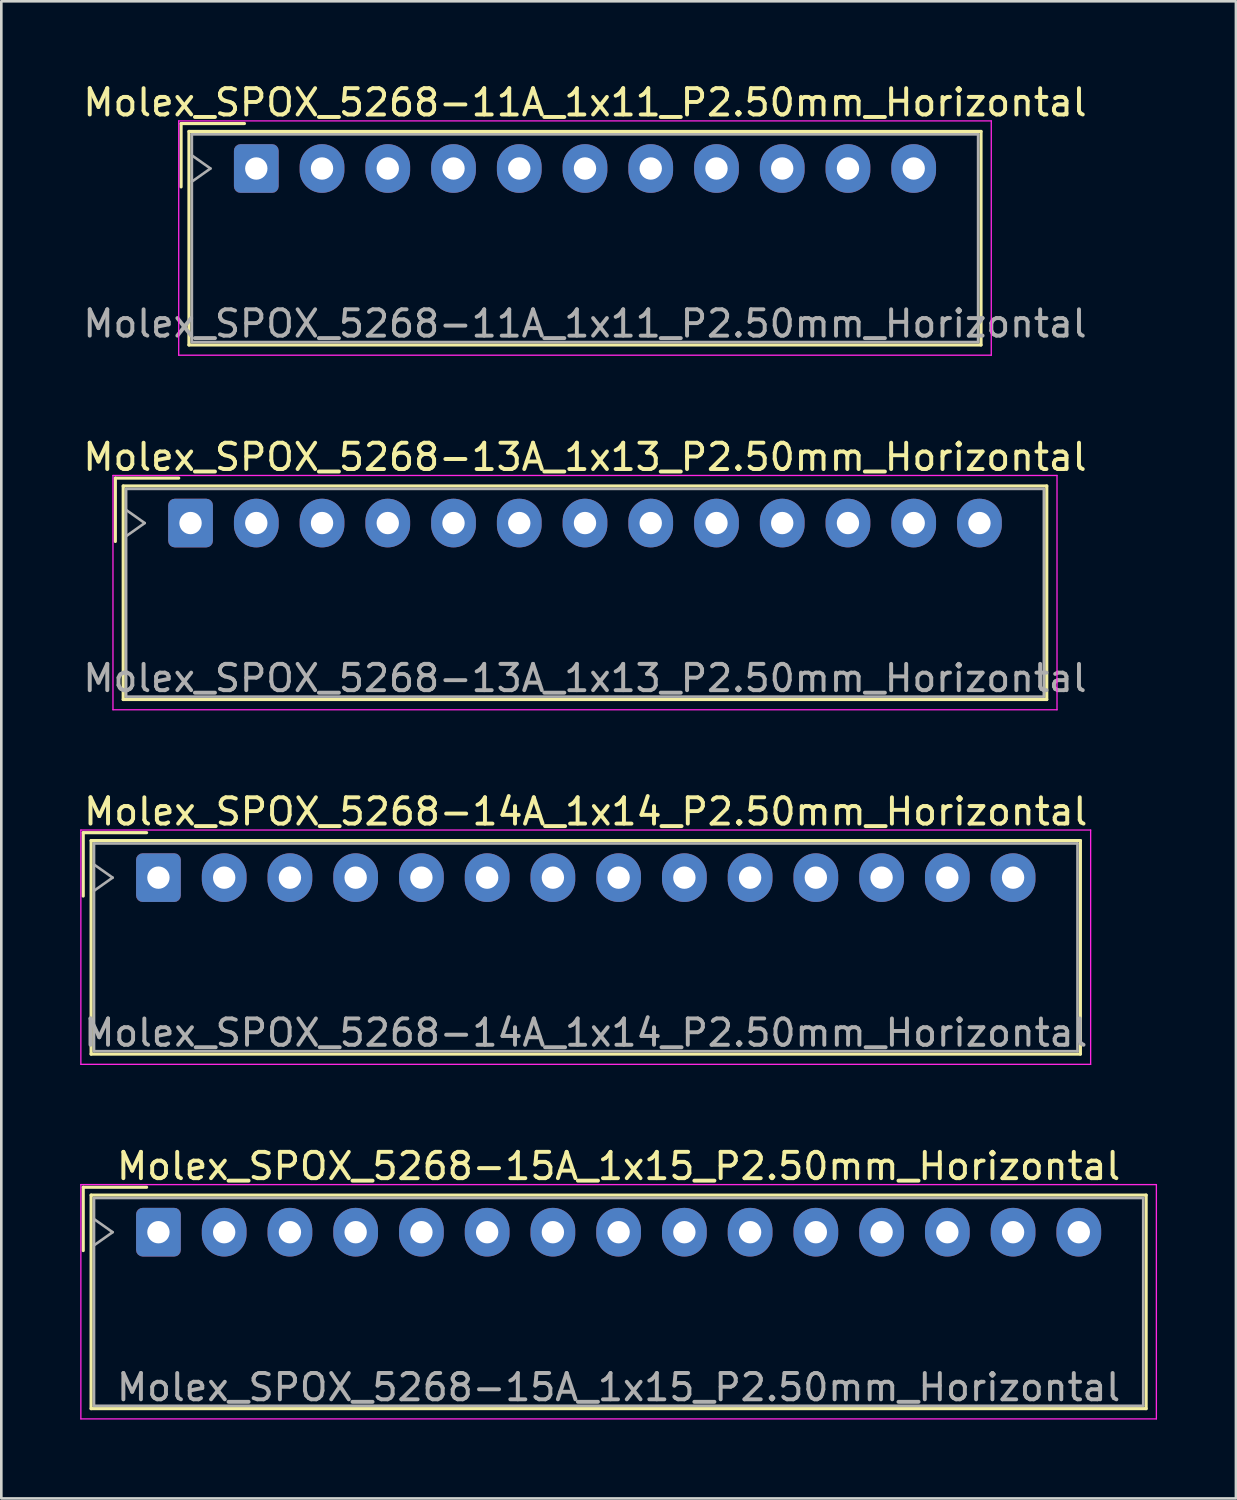
<source format=kicad_pcb>
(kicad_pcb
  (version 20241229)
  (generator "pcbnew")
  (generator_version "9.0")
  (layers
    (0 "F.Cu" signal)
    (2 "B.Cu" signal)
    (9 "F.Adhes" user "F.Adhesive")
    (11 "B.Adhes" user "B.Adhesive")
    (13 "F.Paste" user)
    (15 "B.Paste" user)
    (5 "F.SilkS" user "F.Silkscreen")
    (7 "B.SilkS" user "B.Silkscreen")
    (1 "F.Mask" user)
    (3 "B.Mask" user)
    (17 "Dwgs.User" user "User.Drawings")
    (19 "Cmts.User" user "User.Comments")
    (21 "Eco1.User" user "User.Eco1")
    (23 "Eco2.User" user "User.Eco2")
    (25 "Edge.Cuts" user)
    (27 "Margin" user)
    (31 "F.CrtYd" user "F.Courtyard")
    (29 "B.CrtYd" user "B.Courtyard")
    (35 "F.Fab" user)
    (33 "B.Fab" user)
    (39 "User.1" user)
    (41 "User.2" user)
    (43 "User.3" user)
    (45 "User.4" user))
  (footprint "Molex_SPOX_5268-11A_1x11_P2.50mm_Horizontal"
    (layer "F.Cu")
    (at 6.696 3.358)
    (property "Reference" "Molex_SPOX_5268-11A_1x11_P2.50mm_Horizontal" (at 12.5 -2.51 0) (layer "F.SilkS") (effects (font (size 1 1) (thickness 0.15))))
    (attr through_hole)
    (fp_line (start -2.86 -1.71) (end -0.45 -1.71) (stroke (width 0.12) (type solid)) (layer "F.SilkS"))
    (fp_line (start -2.86 0.7) (end -2.86 -1.71) (stroke (width 0.12) (type solid)) (layer "F.SilkS"))
    (fp_line (start -2.56 -1.41) (end -2.56 6.71) (stroke (width 0.12) (type solid)) (layer "F.SilkS"))
    (fp_line (start -2.56 6.71) (end 27.56 6.71) (stroke (width 0.12) (type solid)) (layer "F.SilkS"))
    (fp_line (start 27.56 -1.41) (end -2.56 -1.41) (stroke (width 0.12) (type solid)) (layer "F.SilkS"))
    (fp_line (start 27.56 6.71) (end 27.56 -1.41) (stroke (width 0.12) (type solid)) (layer "F.SilkS"))
    (fp_line (start -2.95 -1.81) (end -2.95 7.1) (stroke (width 0.05) (type solid)) (layer "F.CrtYd"))
    (fp_line (start -2.95 7.1) (end 27.95 7.1) (stroke (width 0.05) (type solid)) (layer "F.CrtYd"))
    (fp_line (start 27.95 -1.81) (end -2.95 -1.81) (stroke (width 0.05) (type solid)) (layer "F.CrtYd"))
    (fp_line (start 27.95 7.1) (end 27.95 -1.81) (stroke (width 0.05) (type solid)) (layer "F.CrtYd"))
    (fp_line (start -2.45 -1.3) (end -2.45 6.6) (stroke (width 0.1) (type solid)) (layer "F.Fab"))
    (fp_line (start -2.45 0.5) (end -1.743 0) (stroke (width 0.1) (type solid)) (layer "F.Fab"))
    (fp_line (start -2.45 6.6) (end 27.45 6.6) (stroke (width 0.1) (type solid)) (layer "F.Fab"))
    (fp_line (start -1.743 0) (end -2.45 -0.5) (stroke (width 0.1) (type solid)) (layer "F.Fab"))
    (fp_line (start 27.45 -1.3) (end -2.45 -1.3) (stroke (width 0.1) (type solid)) (layer "F.Fab"))
    (fp_line (start 27.45 6.6) (end 27.45 -1.3) (stroke (width 0.1) (type solid)) (layer "F.Fab"))
    (fp_text user "${REFERENCE}" (at 12.5 5.9 0) (layer "F.Fab") (effects (font (size 1 1) (thickness 0.15))))
    (pad "1" thru_hole roundrect (at 0 0) (size 1.7 1.85) (drill 0.85) (layers "*.Cu" "*.Mask") (roundrect_rratio 0.147))
    (pad "2" thru_hole oval (at 2.5 0) (size 1.7 1.85) (drill 0.85) (layers "*.Cu" "*.Mask"))
    (pad "3" thru_hole oval (at 5 0) (size 1.7 1.85) (drill 0.85) (layers "*.Cu" "*.Mask"))
    (pad "4" thru_hole oval (at 7.5 0) (size 1.7 1.85) (drill 0.85) (layers "*.Cu" "*.Mask"))
    (pad "5" thru_hole oval (at 10 0) (size 1.7 1.85) (drill 0.85) (layers "*.Cu" "*.Mask"))
    (pad "6" thru_hole oval (at 12.5 0) (size 1.7 1.85) (drill 0.85) (layers "*.Cu" "*.Mask"))
    (pad "7" thru_hole oval (at 15 0) (size 1.7 1.85) (drill 0.85) (layers "*.Cu" "*.Mask"))
    (pad "8" thru_hole oval (at 17.5 0) (size 1.7 1.85) (drill 0.85) (layers "*.Cu" "*.Mask"))
    (pad "9" thru_hole oval (at 20 0) (size 1.7 1.85) (drill 0.85) (layers "*.Cu" "*.Mask"))
    (pad "10" thru_hole oval (at 22.5 0) (size 1.7 1.85) (drill 0.85) (layers "*.Cu" "*.Mask"))
    (pad "11" thru_hole oval (at 25 0) (size 1.7 1.85) (drill 0.85) (layers "*.Cu" "*.Mask")))
  (footprint "Molex_SPOX_5268-13A_1x13_P2.50mm_Horizontal"
    (layer "F.Cu")
    (at 4.196 16.841)
    (property "Reference" "Molex_SPOX_5268-13A_1x13_P2.50mm_Horizontal" (at 15 -2.51 0) (layer "F.SilkS") (effects (font (size 1 1) (thickness 0.15))))
    (attr through_hole)
    (fp_line (start -2.86 -1.71) (end -0.45 -1.71) (stroke (width 0.12) (type solid)) (layer "F.SilkS"))
    (fp_line (start -2.86 0.7) (end -2.86 -1.71) (stroke (width 0.12) (type solid)) (layer "F.SilkS"))
    (fp_line (start -2.56 -1.41) (end -2.56 6.71) (stroke (width 0.12) (type solid)) (layer "F.SilkS"))
    (fp_line (start -2.56 6.71) (end 32.56 6.71) (stroke (width 0.12) (type solid)) (layer "F.SilkS"))
    (fp_line (start 32.56 -1.41) (end -2.56 -1.41) (stroke (width 0.12) (type solid)) (layer "F.SilkS"))
    (fp_line (start 32.56 6.71) (end 32.56 -1.41) (stroke (width 0.12) (type solid)) (layer "F.SilkS"))
    (fp_line (start -2.95 -1.81) (end -2.95 7.1) (stroke (width 0.05) (type solid)) (layer "F.CrtYd"))
    (fp_line (start -2.95 7.1) (end 32.95 7.1) (stroke (width 0.05) (type solid)) (layer "F.CrtYd"))
    (fp_line (start 32.95 -1.81) (end -2.95 -1.81) (stroke (width 0.05) (type solid)) (layer "F.CrtYd"))
    (fp_line (start 32.95 7.1) (end 32.95 -1.81) (stroke (width 0.05) (type solid)) (layer "F.CrtYd"))
    (fp_line (start -2.45 -1.3) (end -2.45 6.6) (stroke (width 0.1) (type solid)) (layer "F.Fab"))
    (fp_line (start -2.45 0.5) (end -1.743 0) (stroke (width 0.1) (type solid)) (layer "F.Fab"))
    (fp_line (start -2.45 6.6) (end 32.45 6.6) (stroke (width 0.1) (type solid)) (layer "F.Fab"))
    (fp_line (start -1.743 0) (end -2.45 -0.5) (stroke (width 0.1) (type solid)) (layer "F.Fab"))
    (fp_line (start 32.45 -1.3) (end -2.45 -1.3) (stroke (width 0.1) (type solid)) (layer "F.Fab"))
    (fp_line (start 32.45 6.6) (end 32.45 -1.3) (stroke (width 0.1) (type solid)) (layer "F.Fab"))
    (fp_text user "${REFERENCE}" (at 15 5.9 0) (layer "F.Fab") (effects (font (size 1 1) (thickness 0.15))))
    (pad "1" thru_hole roundrect (at 0 0) (size 1.7 1.85) (drill 0.85) (layers "*.Cu" "*.Mask") (roundrect_rratio 0.147))
    (pad "2" thru_hole oval (at 2.5 0) (size 1.7 1.85) (drill 0.85) (layers "*.Cu" "*.Mask"))
    (pad "3" thru_hole oval (at 5 0) (size 1.7 1.85) (drill 0.85) (layers "*.Cu" "*.Mask"))
    (pad "4" thru_hole oval (at 7.5 0) (size 1.7 1.85) (drill 0.85) (layers "*.Cu" "*.Mask"))
    (pad "5" thru_hole oval (at 10 0) (size 1.7 1.85) (drill 0.85) (layers "*.Cu" "*.Mask"))
    (pad "6" thru_hole oval (at 12.5 0) (size 1.7 1.85) (drill 0.85) (layers "*.Cu" "*.Mask"))
    (pad "7" thru_hole oval (at 15 0) (size 1.7 1.85) (drill 0.85) (layers "*.Cu" "*.Mask"))
    (pad "8" thru_hole oval (at 17.5 0) (size 1.7 1.85) (drill 0.85) (layers "*.Cu" "*.Mask"))
    (pad "9" thru_hole oval (at 20 0) (size 1.7 1.85) (drill 0.85) (layers "*.Cu" "*.Mask"))
    (pad "10" thru_hole oval (at 22.5 0) (size 1.7 1.85) (drill 0.85) (layers "*.Cu" "*.Mask"))
    (pad "11" thru_hole oval (at 25 0) (size 1.7 1.85) (drill 0.85) (layers "*.Cu" "*.Mask"))
    (pad "12" thru_hole oval (at 27.5 0) (size 1.7 1.85) (drill 0.85) (layers "*.Cu" "*.Mask"))
    (pad "13" thru_hole oval (at 30 0) (size 1.7 1.85) (drill 0.85) (layers "*.Cu" "*.Mask")))
  (footprint "Molex_SPOX_5268-15A_1x15_P2.50mm_Horizontal"
    (layer "F.Cu")
    (at 2.975 43.808)
    (property "Reference" "Molex_SPOX_5268-15A_1x15_P2.50mm_Horizontal" (at 17.5 -2.51 0) (layer "F.SilkS") (effects (font (size 1 1) (thickness 0.15))))
    (attr through_hole)
    (fp_line (start -2.86 -1.71) (end -0.45 -1.71) (stroke (width 0.12) (type solid)) (layer "F.SilkS"))
    (fp_line (start -2.86 0.7) (end -2.86 -1.71) (stroke (width 0.12) (type solid)) (layer "F.SilkS"))
    (fp_line (start -2.56 -1.41) (end -2.56 6.71) (stroke (width 0.12) (type solid)) (layer "F.SilkS"))
    (fp_line (start -2.56 6.71) (end 37.56 6.71) (stroke (width 0.12) (type solid)) (layer "F.SilkS"))
    (fp_line (start 37.56 -1.41) (end -2.56 -1.41) (stroke (width 0.12) (type solid)) (layer "F.SilkS"))
    (fp_line (start 37.56 6.71) (end 37.56 -1.41) (stroke (width 0.12) (type solid)) (layer "F.SilkS"))
    (fp_line (start -2.95 -1.81) (end -2.95 7.1) (stroke (width 0.05) (type solid)) (layer "F.CrtYd"))
    (fp_line (start -2.95 7.1) (end 37.95 7.1) (stroke (width 0.05) (type solid)) (layer "F.CrtYd"))
    (fp_line (start 37.95 -1.81) (end -2.95 -1.81) (stroke (width 0.05) (type solid)) (layer "F.CrtYd"))
    (fp_line (start 37.95 7.1) (end 37.95 -1.81) (stroke (width 0.05) (type solid)) (layer "F.CrtYd"))
    (fp_line (start -2.45 -1.3) (end -2.45 6.6) (stroke (width 0.1) (type solid)) (layer "F.Fab"))
    (fp_line (start -2.45 0.5) (end -1.743 0) (stroke (width 0.1) (type solid)) (layer "F.Fab"))
    (fp_line (start -2.45 6.6) (end 37.45 6.6) (stroke (width 0.1) (type solid)) (layer "F.Fab"))
    (fp_line (start -1.743 0) (end -2.45 -0.5) (stroke (width 0.1) (type solid)) (layer "F.Fab"))
    (fp_line (start 37.45 -1.3) (end -2.45 -1.3) (stroke (width 0.1) (type solid)) (layer "F.Fab"))
    (fp_line (start 37.45 6.6) (end 37.45 -1.3) (stroke (width 0.1) (type solid)) (layer "F.Fab"))
    (fp_text user "${REFERENCE}" (at 17.5 5.9 0) (layer "F.Fab") (effects (font (size 1 1) (thickness 0.15))))
    (pad "1" thru_hole roundrect (at 0 0) (size 1.7 1.85) (drill 0.85) (layers "*.Cu" "*.Mask") (roundrect_rratio 0.147))
    (pad "2" thru_hole oval (at 2.5 0) (size 1.7 1.85) (drill 0.85) (layers "*.Cu" "*.Mask"))
    (pad "3" thru_hole oval (at 5 0) (size 1.7 1.85) (drill 0.85) (layers "*.Cu" "*.Mask"))
    (pad "4" thru_hole oval (at 7.5 0) (size 1.7 1.85) (drill 0.85) (layers "*.Cu" "*.Mask"))
    (pad "5" thru_hole oval (at 10 0) (size 1.7 1.85) (drill 0.85) (layers "*.Cu" "*.Mask"))
    (pad "6" thru_hole oval (at 12.5 0) (size 1.7 1.85) (drill 0.85) (layers "*.Cu" "*.Mask"))
    (pad "7" thru_hole oval (at 15 0) (size 1.7 1.85) (drill 0.85) (layers "*.Cu" "*.Mask"))
    (pad "8" thru_hole oval (at 17.5 0) (size 1.7 1.85) (drill 0.85) (layers "*.Cu" "*.Mask"))
    (pad "9" thru_hole oval (at 20 0) (size 1.7 1.85) (drill 0.85) (layers "*.Cu" "*.Mask"))
    (pad "10" thru_hole oval (at 22.5 0) (size 1.7 1.85) (drill 0.85) (layers "*.Cu" "*.Mask"))
    (pad "11" thru_hole oval (at 25 0) (size 1.7 1.85) (drill 0.85) (layers "*.Cu" "*.Mask"))
    (pad "12" thru_hole oval (at 27.5 0) (size 1.7 1.85) (drill 0.85) (layers "*.Cu" "*.Mask"))
    (pad "13" thru_hole oval (at 30 0) (size 1.7 1.85) (drill 0.85) (layers "*.Cu" "*.Mask"))
    (pad "14" thru_hole oval (at 32.5 0) (size 1.7 1.85) (drill 0.85) (layers "*.Cu" "*.Mask"))
    (pad "15" thru_hole oval (at 35 0) (size 1.7 1.85) (drill 0.85) (layers "*.Cu" "*.Mask")))
  (footprint "Molex_SPOX_5268-14A_1x14_P2.50mm_Horizontal"
    (layer "F.Cu")
    (at 2.975 30.325)
    (property "Reference" "Molex_SPOX_5268-14A_1x14_P2.50mm_Horizontal" (at 16.25 -2.51 0) (layer "F.SilkS") (effects (font (size 1 1) (thickness 0.15))))
    (attr through_hole)
    (fp_line (start -2.86 -1.71) (end -0.45 -1.71) (stroke (width 0.12) (type solid)) (layer "F.SilkS"))
    (fp_line (start -2.86 0.7) (end -2.86 -1.71) (stroke (width 0.12) (type solid)) (layer "F.SilkS"))
    (fp_line (start -2.56 -1.41) (end -2.56 6.71) (stroke (width 0.12) (type solid)) (layer "F.SilkS"))
    (fp_line (start -2.56 6.71) (end 35.06 6.71) (stroke (width 0.12) (type solid)) (layer "F.SilkS"))
    (fp_line (start 35.06 -1.41) (end -2.56 -1.41) (stroke (width 0.12) (type solid)) (layer "F.SilkS"))
    (fp_line (start 35.06 6.71) (end 35.06 -1.41) (stroke (width 0.12) (type solid)) (layer "F.SilkS"))
    (fp_line (start -2.95 -1.81) (end -2.95 7.1) (stroke (width 0.05) (type solid)) (layer "F.CrtYd"))
    (fp_line (start -2.95 7.1) (end 35.45 7.1) (stroke (width 0.05) (type solid)) (layer "F.CrtYd"))
    (fp_line (start 35.45 -1.81) (end -2.95 -1.81) (stroke (width 0.05) (type solid)) (layer "F.CrtYd"))
    (fp_line (start 35.45 7.1) (end 35.45 -1.81) (stroke (width 0.05) (type solid)) (layer "F.CrtYd"))
    (fp_line (start -2.45 -1.3) (end -2.45 6.6) (stroke (width 0.1) (type solid)) (layer "F.Fab"))
    (fp_line (start -2.45 0.5) (end -1.743 0) (stroke (width 0.1) (type solid)) (layer "F.Fab"))
    (fp_line (start -2.45 6.6) (end 34.95 6.6) (stroke (width 0.1) (type solid)) (layer "F.Fab"))
    (fp_line (start -1.743 0) (end -2.45 -0.5) (stroke (width 0.1) (type solid)) (layer "F.Fab"))
    (fp_line (start 34.95 -1.3) (end -2.45 -1.3) (stroke (width 0.1) (type solid)) (layer "F.Fab"))
    (fp_line (start 34.95 6.6) (end 34.95 -1.3) (stroke (width 0.1) (type solid)) (layer "F.Fab"))
    (fp_text user "${REFERENCE}" (at 16.25 5.9 0) (layer "F.Fab") (effects (font (size 1 1) (thickness 0.15))))
    (pad "1" thru_hole roundrect (at 0 0) (size 1.7 1.85) (drill 0.85) (layers "*.Cu" "*.Mask") (roundrect_rratio 0.147))
    (pad "2" thru_hole oval (at 2.5 0) (size 1.7 1.85) (drill 0.85) (layers "*.Cu" "*.Mask"))
    (pad "3" thru_hole oval (at 5 0) (size 1.7 1.85) (drill 0.85) (layers "*.Cu" "*.Mask"))
    (pad "4" thru_hole oval (at 7.5 0) (size 1.7 1.85) (drill 0.85) (layers "*.Cu" "*.Mask"))
    (pad "5" thru_hole oval (at 10 0) (size 1.7 1.85) (drill 0.85) (layers "*.Cu" "*.Mask"))
    (pad "6" thru_hole oval (at 12.5 0) (size 1.7 1.85) (drill 0.85) (layers "*.Cu" "*.Mask"))
    (pad "7" thru_hole oval (at 15 0) (size 1.7 1.85) (drill 0.85) (layers "*.Cu" "*.Mask"))
    (pad "8" thru_hole oval (at 17.5 0) (size 1.7 1.85) (drill 0.85) (layers "*.Cu" "*.Mask"))
    (pad "9" thru_hole oval (at 20 0) (size 1.7 1.85) (drill 0.85) (layers "*.Cu" "*.Mask"))
    (pad "10" thru_hole oval (at 22.5 0) (size 1.7 1.85) (drill 0.85) (layers "*.Cu" "*.Mask"))
    (pad "11" thru_hole oval (at 25 0) (size 1.7 1.85) (drill 0.85) (layers "*.Cu" "*.Mask"))
    (pad "12" thru_hole oval (at 27.5 0) (size 1.7 1.85) (drill 0.85) (layers "*.Cu" "*.Mask"))
    (pad "13" thru_hole oval (at 30 0) (size 1.7 1.85) (drill 0.85) (layers "*.Cu" "*.Mask"))
    (pad "14" thru_hole oval (at 32.5 0) (size 1.7 1.85) (drill 0.85) (layers "*.Cu" "*.Mask")))
  (gr_rect
    (start -3 -3)
    (end 43.95 53.933)
    (stroke (width 0.1) (type default))
    (fill no)
    (layer "Edge.Cuts")))
</source>
